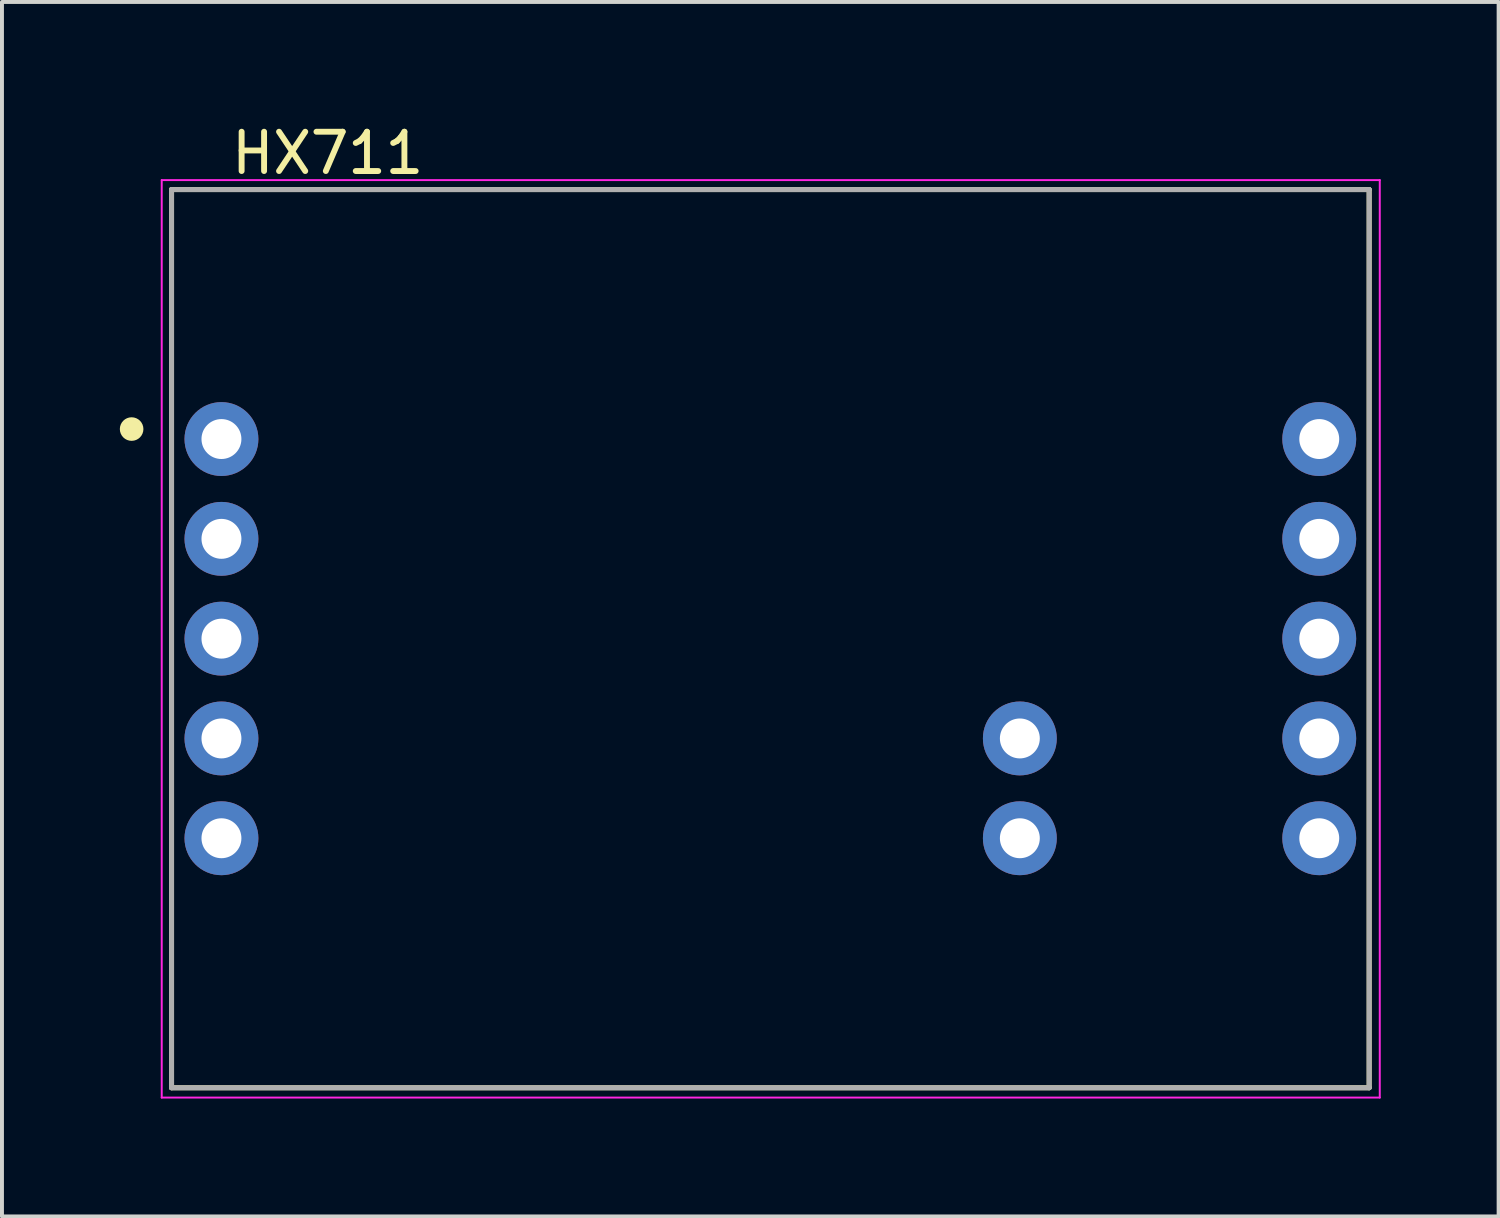
<source format=kicad_pcb>
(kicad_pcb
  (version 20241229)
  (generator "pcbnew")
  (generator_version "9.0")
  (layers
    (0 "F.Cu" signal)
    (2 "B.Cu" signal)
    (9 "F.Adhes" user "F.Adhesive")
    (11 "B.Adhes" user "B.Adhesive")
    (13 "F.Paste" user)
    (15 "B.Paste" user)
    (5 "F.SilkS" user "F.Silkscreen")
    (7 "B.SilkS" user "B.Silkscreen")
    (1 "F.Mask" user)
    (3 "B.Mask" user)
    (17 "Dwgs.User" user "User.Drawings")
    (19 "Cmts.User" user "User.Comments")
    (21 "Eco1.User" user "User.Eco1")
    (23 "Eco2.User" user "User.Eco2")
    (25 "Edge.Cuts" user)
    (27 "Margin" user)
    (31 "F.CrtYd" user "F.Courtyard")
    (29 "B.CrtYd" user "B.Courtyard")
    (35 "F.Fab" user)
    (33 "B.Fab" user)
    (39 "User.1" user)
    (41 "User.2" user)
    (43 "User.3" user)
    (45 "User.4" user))
  (footprint "HX711"
    (layer "F.Cu")
    (at 16.556 13.204)
    (property "Reference" "HX711" (at -11.266 -12.356 0) (layer "F.SilkS") (effects (font (size 1 1) (thickness 0.15))))
    (attr through_hole)
    (fp_line (start -15.24 -11.43) (end 15.24 -11.43) (stroke (width 0.127) (type solid)) (layer "F.SilkS"))
    (fp_line (start -15.24 11.43) (end -15.24 -11.43) (stroke (width 0.127) (type solid)) (layer "F.SilkS"))
    (fp_line (start 15.24 -11.43) (end 15.24 11.43) (stroke (width 0.127) (type solid)) (layer "F.SilkS"))
    (fp_line (start 15.24 11.43) (end -15.24 11.43) (stroke (width 0.127) (type solid)) (layer "F.SilkS"))
    (fp_circle (center -16.256 -5.334) (end -16.106 -5.334) (stroke (width 0.3) (type solid)) (fill no) (layer "F.SilkS"))
    (fp_line (start -15.49 -11.67) (end 15.51 -11.67) (stroke (width 0.05) (type solid)) (layer "F.CrtYd"))
    (fp_line (start -15.49 11.68) (end -15.49 -11.67) (stroke (width 0.05) (type solid)) (layer "F.CrtYd"))
    (fp_line (start 15.51 -11.67) (end 15.51 11.68) (stroke (width 0.05) (type solid)) (layer "F.CrtYd"))
    (fp_line (start 15.51 11.68) (end -15.49 11.68) (stroke (width 0.05) (type solid)) (layer "F.CrtYd"))
    (fp_line (start -15.24 -11.43) (end 15.24 -11.43) (stroke (width 0.127) (type solid)) (layer "F.Fab"))
    (fp_line (start -15.24 11.43) (end -15.24 -11.43) (stroke (width 0.127) (type solid)) (layer "F.Fab"))
    (fp_line (start 15.24 -11.43) (end 15.24 11.43) (stroke (width 0.127) (type solid)) (layer "F.Fab"))
    (fp_line (start 15.24 11.43) (end -15.24 11.43) (stroke (width 0.127) (type solid)) (layer "F.Fab"))
    (pad "1" thru_hole circle (at -13.97 -5.08) (size 1.88 1.88) (drill 1.016) (layers "*.Cu" "*.Mask"))
    (pad "2" thru_hole circle (at -13.97 -2.54) (size 1.88 1.88) (drill 1.016) (layers "*.Cu" "*.Mask"))
    (pad "3" thru_hole circle (at -13.97 0) (size 1.88 1.88) (drill 1.016) (layers "*.Cu" "*.Mask"))
    (pad "4" thru_hole circle (at -13.97 2.54) (size 1.88 1.88) (drill 1.016) (layers "*.Cu" "*.Mask"))
    (pad "5" thru_hole circle (at -13.97 5.08) (size 1.88 1.88) (drill 1.016) (layers "*.Cu" "*.Mask"))
    (pad "6" thru_hole circle (at 13.97 5.08) (size 1.88 1.88) (drill 1.016) (layers "*.Cu" "*.Mask"))
    (pad "7" thru_hole circle (at 13.97 2.54) (size 1.88 1.88) (drill 1.016) (layers "*.Cu" "*.Mask"))
    (pad "8" thru_hole circle (at 13.97 0) (size 1.88 1.88) (drill 1.016) (layers "*.Cu" "*.Mask"))
    (pad "9" thru_hole circle (at 13.97 -2.54) (size 1.88 1.88) (drill 1.016) (layers "*.Cu" "*.Mask"))
    (pad "10" thru_hole circle (at 13.97 -5.08) (size 1.88 1.88) (drill 1.016) (layers "*.Cu" "*.Mask"))
    (pad "11" thru_hole circle (at 6.35 2.54) (size 1.88 1.88) (drill 1.016) (layers "*.Cu" "*.Mask"))
    (pad "12" thru_hole circle (at 6.35 5.08) (size 1.88 1.88) (drill 1.016) (layers "*.Cu" "*.Mask")))
  (gr_rect
    (start -3 -3)
    (end 35.091 27.909)
    (stroke (width 0.1) (type default))
    (fill no)
    (layer "Edge.Cuts")))
</source>
